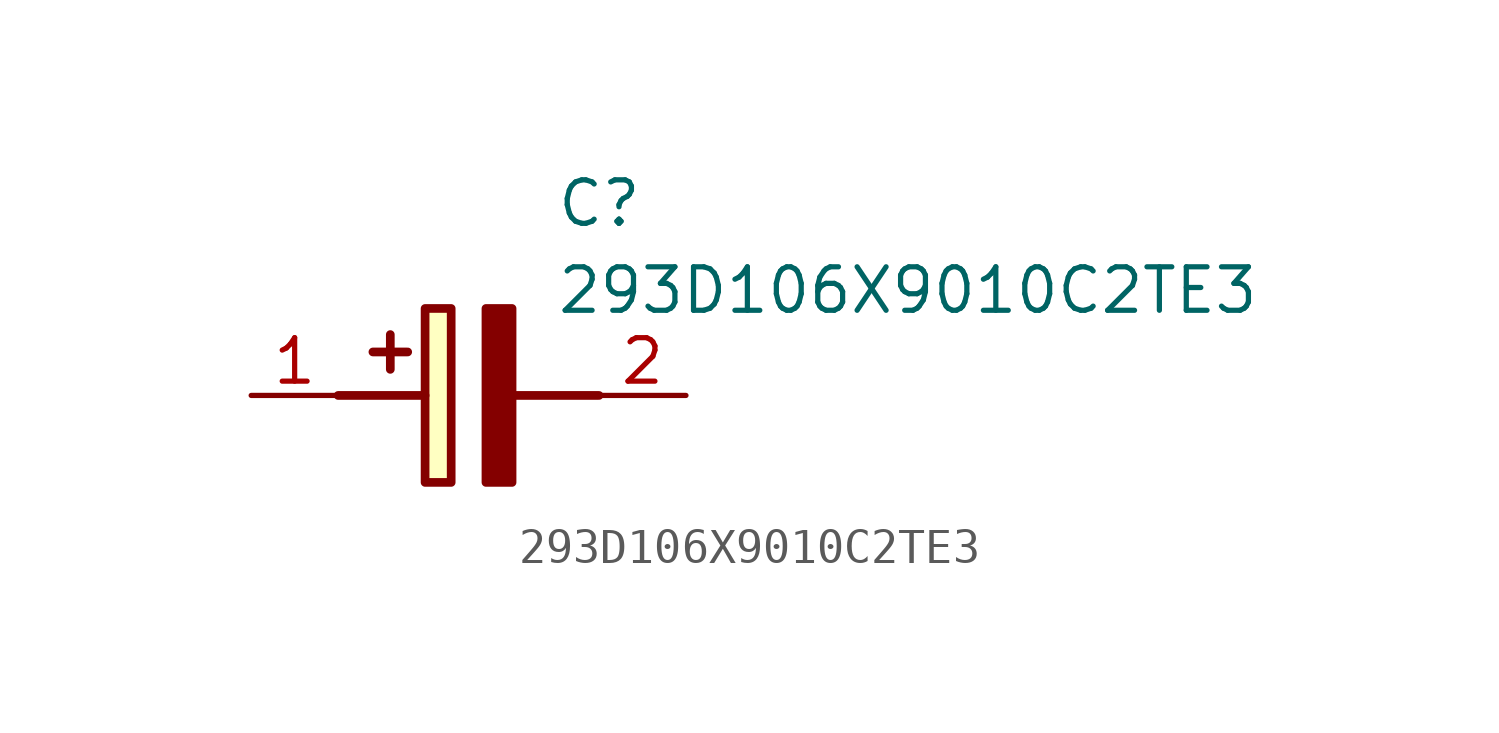
<source format=kicad_sym>
(kicad_symbol_lib
  (version 20211014)
  (generator SamacSys_ECAD_Model)
  (symbol "293D106X9010C2TE3"
    (pin_names hide)
    (property "Reference" "C"
      (at 8.89 6.35 0)
      (effects (font (size 1.27 1.27)) (justify left top)))
    (property "Value" "293D106X9010C2TE3"
      (at 8.89 3.81 0)
      (effects (font (size 1.27 1.27)) (justify left top)))
    (rectangle
      (start 5.08 2.54)
      (end 5.842 -2.54)
      (stroke (width 0.254) (type default))
      (fill (type background)))
    (polyline
      (pts (xy 4.572 1.27) (xy 3.556 1.27))
      (stroke (width 0.254) (type default))
      (fill (type none)))
    (polyline
      (pts (xy 4.064 1.778) (xy 4.064 0.762))
      (stroke (width 0.254) (type default))
      (fill (type none)))
    (polyline
      (pts (xy 2.54 0) (xy 5.08 0))
      (stroke (width 0.254) (type default))
      (fill (type none)))
    (polyline
      (pts (xy 7.62 0) (xy 10.16 0))
      (stroke (width 0.254) (type default))
      (fill (type none)))
    (polyline
      (pts (xy 7.62 2.54) (xy 7.62 -2.54) (xy 6.858 -2.54) (xy 6.858 2.54) (xy 7.62 2.54))
      (stroke (width 0.254) (type default))
      (fill (type outline)))
    (pin passive line
      (at 0 0 0)
      (length 2.54)
      (name "+" (effects (font (size 1.27 1.27))))
      (number "1" (effects (font (size 1.27 1.27)))))
    (pin passive line
      (at 12.7 0 180)
      (length 2.54)
      (name "-" (effects (font (size 1.27 1.27))))
      (number "2" (effects (font (size 1.27 1.27)))))))
</source>
